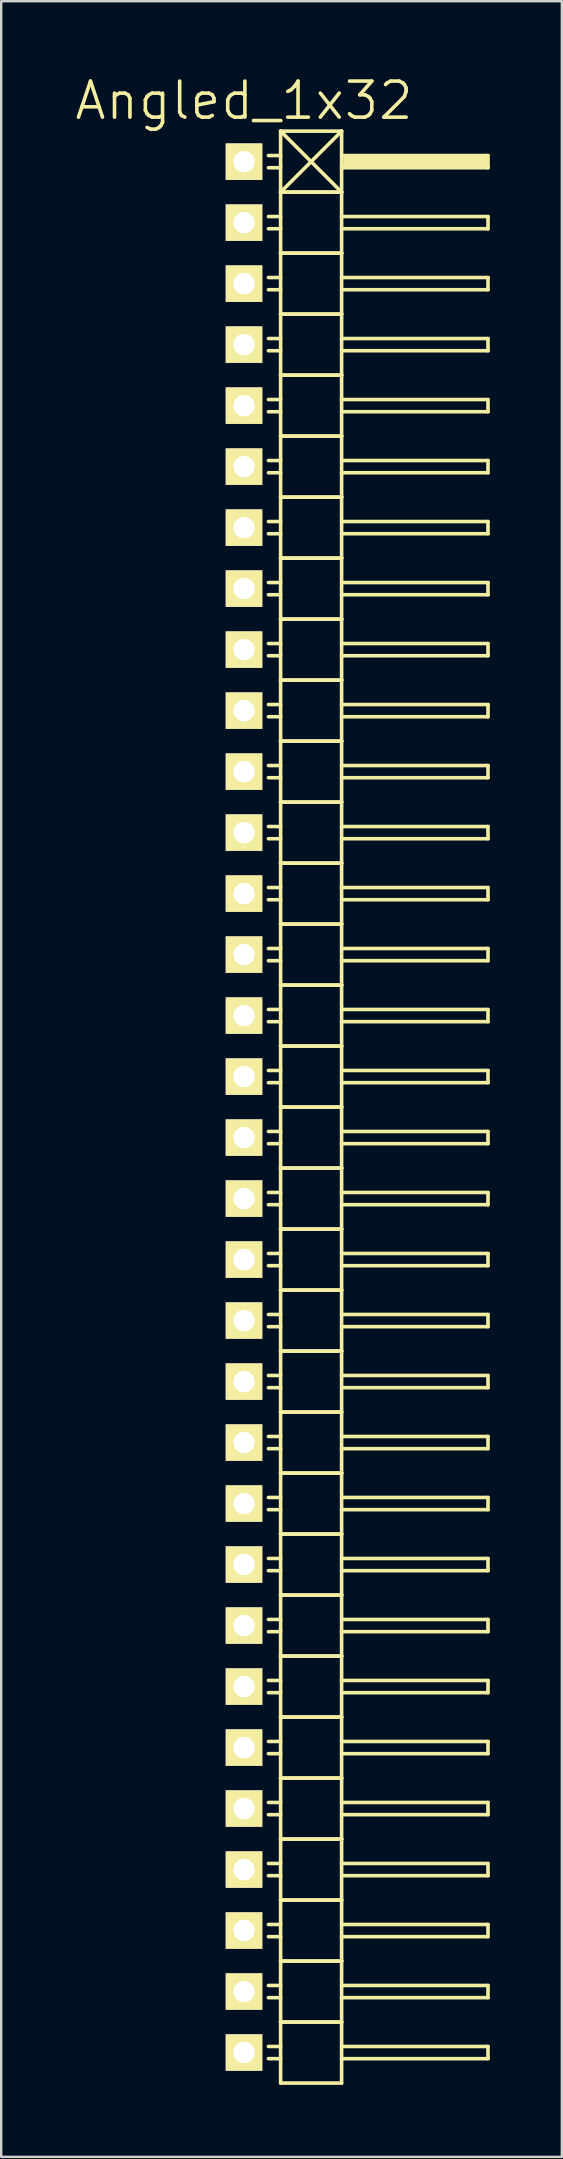
<source format=kicad_pcb>
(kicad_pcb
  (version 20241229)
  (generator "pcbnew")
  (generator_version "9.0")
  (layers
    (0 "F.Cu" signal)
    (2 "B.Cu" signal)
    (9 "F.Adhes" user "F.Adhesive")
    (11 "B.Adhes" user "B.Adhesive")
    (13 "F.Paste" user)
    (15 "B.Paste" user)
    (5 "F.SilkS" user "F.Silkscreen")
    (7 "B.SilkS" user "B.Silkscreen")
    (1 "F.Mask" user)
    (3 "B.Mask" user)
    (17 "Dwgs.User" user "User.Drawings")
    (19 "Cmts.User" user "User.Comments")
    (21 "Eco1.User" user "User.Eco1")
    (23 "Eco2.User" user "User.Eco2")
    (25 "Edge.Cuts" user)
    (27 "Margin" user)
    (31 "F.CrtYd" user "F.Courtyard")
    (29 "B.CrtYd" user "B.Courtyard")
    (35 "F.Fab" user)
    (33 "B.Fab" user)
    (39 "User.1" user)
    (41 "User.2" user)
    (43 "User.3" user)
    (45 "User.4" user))
  (footprint "Angled_1x32"
    (layer "F.Cu")
    (at 7.111 43.051)
    (property "Reference" "Angled_1x32" (at 0 -41.91 0) (layer "F.SilkS") (effects (font (size 1.5 1.5) (thickness 0.15))))
    (attr through_hole)
    (fp_line (start 1.524 -40.64) (end 1.524 -38.1) (stroke (width 0.15) (type solid)) (layer "F.SilkS"))
    (fp_line (start 1.524 -40.64) (end 4.064 -40.64) (stroke (width 0.15) (type solid)) (layer "F.SilkS"))
    (fp_line (start 1.524 -39.624) (end 1.016 -39.624) (stroke (width 0.15) (type solid)) (layer "F.SilkS"))
    (fp_line (start 1.524 -39.116) (end 1.016 -39.116) (stroke (width 0.15) (type solid)) (layer "F.SilkS"))
    (fp_line (start 1.524 -38.1) (end 1.524 -35.56) (stroke (width 0.15) (type solid)) (layer "F.SilkS"))
    (fp_line (start 1.524 -38.1) (end 4.064 -38.1) (stroke (width 0.15) (type solid)) (layer "F.SilkS"))
    (fp_line (start 1.524 -38.1) (end 4.064 -38.1) (stroke (width 0.15) (type solid)) (layer "F.SilkS"))
    (fp_line (start 1.524 -37.084) (end 1.016 -37.084) (stroke (width 0.15) (type solid)) (layer "F.SilkS"))
    (fp_line (start 1.524 -36.576) (end 1.016 -36.576) (stroke (width 0.15) (type solid)) (layer "F.SilkS"))
    (fp_line (start 1.524 -35.56) (end 1.524 -33.02) (stroke (width 0.15) (type solid)) (layer "F.SilkS"))
    (fp_line (start 1.524 -35.56) (end 4.064 -35.56) (stroke (width 0.15) (type solid)) (layer "F.SilkS"))
    (fp_line (start 1.524 -35.56) (end 4.064 -35.56) (stroke (width 0.15) (type solid)) (layer "F.SilkS"))
    (fp_line (start 1.524 -34.544) (end 1.016 -34.544) (stroke (width 0.15) (type solid)) (layer "F.SilkS"))
    (fp_line (start 1.524 -34.036) (end 1.016 -34.036) (stroke (width 0.15) (type solid)) (layer "F.SilkS"))
    (fp_line (start 1.524 -33.02) (end 1.524 -30.48) (stroke (width 0.15) (type solid)) (layer "F.SilkS"))
    (fp_line (start 1.524 -33.02) (end 4.064 -33.02) (stroke (width 0.15) (type solid)) (layer "F.SilkS"))
    (fp_line (start 1.524 -33.02) (end 4.064 -33.02) (stroke (width 0.15) (type solid)) (layer "F.SilkS"))
    (fp_line (start 1.524 -32.004) (end 1.016 -32.004) (stroke (width 0.15) (type solid)) (layer "F.SilkS"))
    (fp_line (start 1.524 -31.496) (end 1.016 -31.496) (stroke (width 0.15) (type solid)) (layer "F.SilkS"))
    (fp_line (start 1.524 -30.48) (end 1.524 -27.94) (stroke (width 0.15) (type solid)) (layer "F.SilkS"))
    (fp_line (start 1.524 -30.48) (end 4.064 -30.48) (stroke (width 0.15) (type solid)) (layer "F.SilkS"))
    (fp_line (start 1.524 -30.48) (end 4.064 -30.48) (stroke (width 0.15) (type solid)) (layer "F.SilkS"))
    (fp_line (start 1.524 -29.464) (end 1.016 -29.464) (stroke (width 0.15) (type solid)) (layer "F.SilkS"))
    (fp_line (start 1.524 -28.956) (end 1.016 -28.956) (stroke (width 0.15) (type solid)) (layer "F.SilkS"))
    (fp_line (start 1.524 -27.94) (end 1.524 -25.4) (stroke (width 0.15) (type solid)) (layer "F.SilkS"))
    (fp_line (start 1.524 -27.94) (end 4.064 -27.94) (stroke (width 0.15) (type solid)) (layer "F.SilkS"))
    (fp_line (start 1.524 -27.94) (end 4.064 -27.94) (stroke (width 0.15) (type solid)) (layer "F.SilkS"))
    (fp_line (start 1.524 -26.924) (end 1.016 -26.924) (stroke (width 0.15) (type solid)) (layer "F.SilkS"))
    (fp_line (start 1.524 -26.416) (end 1.016 -26.416) (stroke (width 0.15) (type solid)) (layer "F.SilkS"))
    (fp_line (start 1.524 -25.4) (end 1.524 -22.86) (stroke (width 0.15) (type solid)) (layer "F.SilkS"))
    (fp_line (start 1.524 -25.4) (end 4.064 -25.4) (stroke (width 0.15) (type solid)) (layer "F.SilkS"))
    (fp_line (start 1.524 -25.4) (end 4.064 -25.4) (stroke (width 0.15) (type solid)) (layer "F.SilkS"))
    (fp_line (start 1.524 -24.384) (end 1.016 -24.384) (stroke (width 0.15) (type solid)) (layer "F.SilkS"))
    (fp_line (start 1.524 -23.876) (end 1.016 -23.876) (stroke (width 0.15) (type solid)) (layer "F.SilkS"))
    (fp_line (start 1.524 -22.86) (end 1.524 -20.32) (stroke (width 0.15) (type solid)) (layer "F.SilkS"))
    (fp_line (start 1.524 -22.86) (end 4.064 -22.86) (stroke (width 0.15) (type solid)) (layer "F.SilkS"))
    (fp_line (start 1.524 -22.86) (end 4.064 -22.86) (stroke (width 0.15) (type solid)) (layer "F.SilkS"))
    (fp_line (start 1.524 -21.844) (end 1.016 -21.844) (stroke (width 0.15) (type solid)) (layer "F.SilkS"))
    (fp_line (start 1.524 -21.336) (end 1.016 -21.336) (stroke (width 0.15) (type solid)) (layer "F.SilkS"))
    (fp_line (start 1.524 -20.32) (end 1.524 -17.78) (stroke (width 0.15) (type solid)) (layer "F.SilkS"))
    (fp_line (start 1.524 -20.32) (end 4.064 -20.32) (stroke (width 0.15) (type solid)) (layer "F.SilkS"))
    (fp_line (start 1.524 -20.32) (end 4.064 -20.32) (stroke (width 0.15) (type solid)) (layer "F.SilkS"))
    (fp_line (start 1.524 -19.304) (end 1.016 -19.304) (stroke (width 0.15) (type solid)) (layer "F.SilkS"))
    (fp_line (start 1.524 -18.796) (end 1.016 -18.796) (stroke (width 0.15) (type solid)) (layer "F.SilkS"))
    (fp_line (start 1.524 -17.78) (end 1.524 -15.24) (stroke (width 0.15) (type solid)) (layer "F.SilkS"))
    (fp_line (start 1.524 -17.78) (end 4.064 -17.78) (stroke (width 0.15) (type solid)) (layer "F.SilkS"))
    (fp_line (start 1.524 -17.78) (end 4.064 -17.78) (stroke (width 0.15) (type solid)) (layer "F.SilkS"))
    (fp_line (start 1.524 -16.764) (end 1.016 -16.764) (stroke (width 0.15) (type solid)) (layer "F.SilkS"))
    (fp_line (start 1.524 -16.256) (end 1.016 -16.256) (stroke (width 0.15) (type solid)) (layer "F.SilkS"))
    (fp_line (start 1.524 -15.24) (end 1.524 -12.7) (stroke (width 0.15) (type solid)) (layer "F.SilkS"))
    (fp_line (start 1.524 -15.24) (end 4.064 -15.24) (stroke (width 0.15) (type solid)) (layer "F.SilkS"))
    (fp_line (start 1.524 -15.24) (end 4.064 -15.24) (stroke (width 0.15) (type solid)) (layer "F.SilkS"))
    (fp_line (start 1.524 -14.224) (end 1.016 -14.224) (stroke (width 0.15) (type solid)) (layer "F.SilkS"))
    (fp_line (start 1.524 -13.716) (end 1.016 -13.716) (stroke (width 0.15) (type solid)) (layer "F.SilkS"))
    (fp_line (start 1.524 -12.7) (end 1.524 -10.16) (stroke (width 0.15) (type solid)) (layer "F.SilkS"))
    (fp_line (start 1.524 -12.7) (end 4.064 -12.7) (stroke (width 0.15) (type solid)) (layer "F.SilkS"))
    (fp_line (start 1.524 -12.7) (end 4.064 -12.7) (stroke (width 0.15) (type solid)) (layer "F.SilkS"))
    (fp_line (start 1.524 -11.684) (end 1.016 -11.684) (stroke (width 0.15) (type solid)) (layer "F.SilkS"))
    (fp_line (start 1.524 -11.176) (end 1.016 -11.176) (stroke (width 0.15) (type solid)) (layer "F.SilkS"))
    (fp_line (start 1.524 -10.16) (end 1.524 -7.62) (stroke (width 0.15) (type solid)) (layer "F.SilkS"))
    (fp_line (start 1.524 -10.16) (end 4.064 -10.16) (stroke (width 0.15) (type solid)) (layer "F.SilkS"))
    (fp_line (start 1.524 -10.16) (end 4.064 -10.16) (stroke (width 0.15) (type solid)) (layer "F.SilkS"))
    (fp_line (start 1.524 -9.144) (end 1.016 -9.144) (stroke (width 0.15) (type solid)) (layer "F.SilkS"))
    (fp_line (start 1.524 -8.636) (end 1.016 -8.636) (stroke (width 0.15) (type solid)) (layer "F.SilkS"))
    (fp_line (start 1.524 -7.62) (end 1.524 -5.08) (stroke (width 0.15) (type solid)) (layer "F.SilkS"))
    (fp_line (start 1.524 -7.62) (end 4.064 -7.62) (stroke (width 0.15) (type solid)) (layer "F.SilkS"))
    (fp_line (start 1.524 -7.62) (end 4.064 -7.62) (stroke (width 0.15) (type solid)) (layer "F.SilkS"))
    (fp_line (start 1.524 -6.604) (end 1.016 -6.604) (stroke (width 0.15) (type solid)) (layer "F.SilkS"))
    (fp_line (start 1.524 -6.096) (end 1.016 -6.096) (stroke (width 0.15) (type solid)) (layer "F.SilkS"))
    (fp_line (start 1.524 -5.08) (end 1.524 -2.54) (stroke (width 0.15) (type solid)) (layer "F.SilkS"))
    (fp_line (start 1.524 -5.08) (end 4.064 -5.08) (stroke (width 0.15) (type solid)) (layer "F.SilkS"))
    (fp_line (start 1.524 -5.08) (end 4.064 -5.08) (stroke (width 0.15) (type solid)) (layer "F.SilkS"))
    (fp_line (start 1.524 -4.064) (end 1.016 -4.064) (stroke (width 0.15) (type solid)) (layer "F.SilkS"))
    (fp_line (start 1.524 -3.556) (end 1.016 -3.556) (stroke (width 0.15) (type solid)) (layer "F.SilkS"))
    (fp_line (start 1.524 -2.54) (end 1.524 0) (stroke (width 0.15) (type solid)) (layer "F.SilkS"))
    (fp_line (start 1.524 -2.54) (end 4.064 -2.54) (stroke (width 0.15) (type solid)) (layer "F.SilkS"))
    (fp_line (start 1.524 -2.54) (end 4.064 -2.54) (stroke (width 0.15) (type solid)) (layer "F.SilkS"))
    (fp_line (start 1.524 -1.524) (end 1.016 -1.524) (stroke (width 0.15) (type solid)) (layer "F.SilkS"))
    (fp_line (start 1.524 -1.016) (end 1.016 -1.016) (stroke (width 0.15) (type solid)) (layer "F.SilkS"))
    (fp_line (start 1.524 0) (end 1.524 2.54) (stroke (width 0.15) (type solid)) (layer "F.SilkS"))
    (fp_line (start 1.524 0) (end 4.064 0) (stroke (width 0.15) (type solid)) (layer "F.SilkS"))
    (fp_line (start 1.524 0) (end 4.064 0) (stroke (width 0.15) (type solid)) (layer "F.SilkS"))
    (fp_line (start 1.524 1.016) (end 1.016 1.016) (stroke (width 0.15) (type solid)) (layer "F.SilkS"))
    (fp_line (start 1.524 1.524) (end 1.016 1.524) (stroke (width 0.15) (type solid)) (layer "F.SilkS"))
    (fp_line (start 1.524 2.54) (end 1.524 5.08) (stroke (width 0.15) (type solid)) (layer "F.SilkS"))
    (fp_line (start 1.524 2.54) (end 4.064 2.54) (stroke (width 0.15) (type solid)) (layer "F.SilkS"))
    (fp_line (start 1.524 2.54) (end 4.064 2.54) (stroke (width 0.15) (type solid)) (layer "F.SilkS"))
    (fp_line (start 1.524 3.556) (end 1.016 3.556) (stroke (width 0.15) (type solid)) (layer "F.SilkS"))
    (fp_line (start 1.524 4.064) (end 1.016 4.064) (stroke (width 0.15) (type solid)) (layer "F.SilkS"))
    (fp_line (start 1.524 5.08) (end 1.524 7.62) (stroke (width 0.15) (type solid)) (layer "F.SilkS"))
    (fp_line (start 1.524 5.08) (end 4.064 5.08) (stroke (width 0.15) (type solid)) (layer "F.SilkS"))
    (fp_line (start 1.524 5.08) (end 4.064 5.08) (stroke (width 0.15) (type solid)) (layer "F.SilkS"))
    (fp_line (start 1.524 6.096) (end 1.016 6.096) (stroke (width 0.15) (type solid)) (layer "F.SilkS"))
    (fp_line (start 1.524 6.604) (end 1.016 6.604) (stroke (width 0.15) (type solid)) (layer "F.SilkS"))
    (fp_line (start 1.524 7.62) (end 1.524 10.16) (stroke (width 0.15) (type solid)) (layer "F.SilkS"))
    (fp_line (start 1.524 7.62) (end 4.064 7.62) (stroke (width 0.15) (type solid)) (layer "F.SilkS"))
    (fp_line (start 1.524 7.62) (end 4.064 7.62) (stroke (width 0.15) (type solid)) (layer "F.SilkS"))
    (fp_line (start 1.524 8.636) (end 1.016 8.636) (stroke (width 0.15) (type solid)) (layer "F.SilkS"))
    (fp_line (start 1.524 9.144) (end 1.016 9.144) (stroke (width 0.15) (type solid)) (layer "F.SilkS"))
    (fp_line (start 1.524 10.16) (end 1.524 12.7) (stroke (width 0.15) (type solid)) (layer "F.SilkS"))
    (fp_line (start 1.524 10.16) (end 4.064 10.16) (stroke (width 0.15) (type solid)) (layer "F.SilkS"))
    (fp_line (start 1.524 10.16) (end 4.064 10.16) (stroke (width 0.15) (type solid)) (layer "F.SilkS"))
    (fp_line (start 1.524 11.176) (end 1.016 11.176) (stroke (width 0.15) (type solid)) (layer "F.SilkS"))
    (fp_line (start 1.524 11.684) (end 1.016 11.684) (stroke (width 0.15) (type solid)) (layer "F.SilkS"))
    (fp_line (start 1.524 12.7) (end 1.524 15.24) (stroke (width 0.15) (type solid)) (layer "F.SilkS"))
    (fp_line (start 1.524 12.7) (end 4.064 12.7) (stroke (width 0.15) (type solid)) (layer "F.SilkS"))
    (fp_line (start 1.524 12.7) (end 4.064 12.7) (stroke (width 0.15) (type solid)) (layer "F.SilkS"))
    (fp_line (start 1.524 13.716) (end 1.016 13.716) (stroke (width 0.15) (type solid)) (layer "F.SilkS"))
    (fp_line (start 1.524 14.224) (end 1.016 14.224) (stroke (width 0.15) (type solid)) (layer "F.SilkS"))
    (fp_line (start 1.524 15.24) (end 1.524 17.78) (stroke (width 0.15) (type solid)) (layer "F.SilkS"))
    (fp_line (start 1.524 15.24) (end 4.064 15.24) (stroke (width 0.15) (type solid)) (layer "F.SilkS"))
    (fp_line (start 1.524 15.24) (end 4.064 15.24) (stroke (width 0.15) (type solid)) (layer "F.SilkS"))
    (fp_line (start 1.524 16.256) (end 1.016 16.256) (stroke (width 0.15) (type solid)) (layer "F.SilkS"))
    (fp_line (start 1.524 16.764) (end 1.016 16.764) (stroke (width 0.15) (type solid)) (layer "F.SilkS"))
    (fp_line (start 1.524 17.78) (end 1.524 20.32) (stroke (width 0.15) (type solid)) (layer "F.SilkS"))
    (fp_line (start 1.524 17.78) (end 4.064 17.78) (stroke (width 0.15) (type solid)) (layer "F.SilkS"))
    (fp_line (start 1.524 17.78) (end 4.064 17.78) (stroke (width 0.15) (type solid)) (layer "F.SilkS"))
    (fp_line (start 1.524 18.796) (end 1.016 18.796) (stroke (width 0.15) (type solid)) (layer "F.SilkS"))
    (fp_line (start 1.524 19.304) (end 1.016 19.304) (stroke (width 0.15) (type solid)) (layer "F.SilkS"))
    (fp_line (start 1.524 20.32) (end 1.524 22.86) (stroke (width 0.15) (type solid)) (layer "F.SilkS"))
    (fp_line (start 1.524 20.32) (end 4.064 20.32) (stroke (width 0.15) (type solid)) (layer "F.SilkS"))
    (fp_line (start 1.524 20.32) (end 4.064 20.32) (stroke (width 0.15) (type solid)) (layer "F.SilkS"))
    (fp_line (start 1.524 21.336) (end 1.016 21.336) (stroke (width 0.15) (type solid)) (layer "F.SilkS"))
    (fp_line (start 1.524 21.844) (end 1.016 21.844) (stroke (width 0.15) (type solid)) (layer "F.SilkS"))
    (fp_line (start 1.524 22.86) (end 1.524 25.4) (stroke (width 0.15) (type solid)) (layer "F.SilkS"))
    (fp_line (start 1.524 22.86) (end 4.064 22.86) (stroke (width 0.15) (type solid)) (layer "F.SilkS"))
    (fp_line (start 1.524 22.86) (end 4.064 22.86) (stroke (width 0.15) (type solid)) (layer "F.SilkS"))
    (fp_line (start 1.524 23.876) (end 1.016 23.876) (stroke (width 0.15) (type solid)) (layer "F.SilkS"))
    (fp_line (start 1.524 24.384) (end 1.016 24.384) (stroke (width 0.15) (type solid)) (layer "F.SilkS"))
    (fp_line (start 1.524 25.4) (end 1.524 27.94) (stroke (width 0.15) (type solid)) (layer "F.SilkS"))
    (fp_line (start 1.524 25.4) (end 4.064 25.4) (stroke (width 0.15) (type solid)) (layer "F.SilkS"))
    (fp_line (start 1.524 25.4) (end 4.064 25.4) (stroke (width 0.15) (type solid)) (layer "F.SilkS"))
    (fp_line (start 1.524 26.416) (end 1.016 26.416) (stroke (width 0.15) (type solid)) (layer "F.SilkS"))
    (fp_line (start 1.524 26.924) (end 1.016 26.924) (stroke (width 0.15) (type solid)) (layer "F.SilkS"))
    (fp_line (start 1.524 27.94) (end 1.524 30.48) (stroke (width 0.15) (type solid)) (layer "F.SilkS"))
    (fp_line (start 1.524 27.94) (end 4.064 27.94) (stroke (width 0.15) (type solid)) (layer "F.SilkS"))
    (fp_line (start 1.524 27.94) (end 4.064 27.94) (stroke (width 0.15) (type solid)) (layer "F.SilkS"))
    (fp_line (start 1.524 28.956) (end 1.016 28.956) (stroke (width 0.15) (type solid)) (layer "F.SilkS"))
    (fp_line (start 1.524 29.464) (end 1.016 29.464) (stroke (width 0.15) (type solid)) (layer "F.SilkS"))
    (fp_line (start 1.524 30.48) (end 1.524 33.02) (stroke (width 0.15) (type solid)) (layer "F.SilkS"))
    (fp_line (start 1.524 30.48) (end 4.064 30.48) (stroke (width 0.15) (type solid)) (layer "F.SilkS"))
    (fp_line (start 1.524 30.48) (end 4.064 30.48) (stroke (width 0.15) (type solid)) (layer "F.SilkS"))
    (fp_line (start 1.524 31.496) (end 1.016 31.496) (stroke (width 0.15) (type solid)) (layer "F.SilkS"))
    (fp_line (start 1.524 32.004) (end 1.016 32.004) (stroke (width 0.15) (type solid)) (layer "F.SilkS"))
    (fp_line (start 1.524 33.02) (end 1.524 35.56) (stroke (width 0.15) (type solid)) (layer "F.SilkS"))
    (fp_line (start 1.524 33.02) (end 4.064 33.02) (stroke (width 0.15) (type solid)) (layer "F.SilkS"))
    (fp_line (start 1.524 33.02) (end 4.064 33.02) (stroke (width 0.15) (type solid)) (layer "F.SilkS"))
    (fp_line (start 1.524 34.036) (end 1.016 34.036) (stroke (width 0.15) (type solid)) (layer "F.SilkS"))
    (fp_line (start 1.524 34.544) (end 1.016 34.544) (stroke (width 0.15) (type solid)) (layer "F.SilkS"))
    (fp_line (start 1.524 35.56) (end 1.524 38.1) (stroke (width 0.15) (type solid)) (layer "F.SilkS"))
    (fp_line (start 1.524 35.56) (end 4.064 35.56) (stroke (width 0.15) (type solid)) (layer "F.SilkS"))
    (fp_line (start 1.524 35.56) (end 4.064 35.56) (stroke (width 0.15) (type solid)) (layer "F.SilkS"))
    (fp_line (start 1.524 36.576) (end 1.016 36.576) (stroke (width 0.15) (type solid)) (layer "F.SilkS"))
    (fp_line (start 1.524 37.084) (end 1.016 37.084) (stroke (width 0.15) (type solid)) (layer "F.SilkS"))
    (fp_line (start 1.524 38.1) (end 1.524 40.64) (stroke (width 0.15) (type solid)) (layer "F.SilkS"))
    (fp_line (start 1.524 38.1) (end 4.064 38.1) (stroke (width 0.15) (type solid)) (layer "F.SilkS"))
    (fp_line (start 1.524 38.1) (end 4.064 38.1) (stroke (width 0.15) (type solid)) (layer "F.SilkS"))
    (fp_line (start 1.524 39.116) (end 1.016 39.116) (stroke (width 0.15) (type solid)) (layer "F.SilkS"))
    (fp_line (start 1.524 39.624) (end 1.016 39.624) (stroke (width 0.15) (type solid)) (layer "F.SilkS"))
    (fp_line (start 1.524 40.64) (end 4.064 40.64) (stroke (width 0.15) (type solid)) (layer "F.SilkS"))
    (fp_line (start 4.064 -40.64) (end 1.524 -38.1) (stroke (width 0.15) (type solid)) (layer "F.SilkS"))
    (fp_line (start 4.064 -39.624) (end 10.16 -39.624) (stroke (width 0.15) (type solid)) (layer "F.SilkS"))
    (fp_line (start 4.064 -38.1) (end 1.524 -40.64) (stroke (width 0.15) (type solid)) (layer "F.SilkS"))
    (fp_line (start 4.064 -38.1) (end 4.064 -40.64) (stroke (width 0.15) (type solid)) (layer "F.SilkS"))
    (fp_line (start 4.064 -37.084) (end 10.16 -37.084) (stroke (width 0.15) (type solid)) (layer "F.SilkS"))
    (fp_line (start 4.064 -35.56) (end 4.064 -38.1) (stroke (width 0.15) (type solid)) (layer "F.SilkS"))
    (fp_line (start 4.064 -34.544) (end 10.16 -34.544) (stroke (width 0.15) (type solid)) (layer "F.SilkS"))
    (fp_line (start 4.064 -33.02) (end 4.064 -35.56) (stroke (width 0.15) (type solid)) (layer "F.SilkS"))
    (fp_line (start 4.064 -32.004) (end 10.16 -32.004) (stroke (width 0.15) (type solid)) (layer "F.SilkS"))
    (fp_line (start 4.064 -30.48) (end 4.064 -33.02) (stroke (width 0.15) (type solid)) (layer "F.SilkS"))
    (fp_line (start 4.064 -29.464) (end 10.16 -29.464) (stroke (width 0.15) (type solid)) (layer "F.SilkS"))
    (fp_line (start 4.064 -27.94) (end 4.064 -30.48) (stroke (width 0.15) (type solid)) (layer "F.SilkS"))
    (fp_line (start 4.064 -26.924) (end 10.16 -26.924) (stroke (width 0.15) (type solid)) (layer "F.SilkS"))
    (fp_line (start 4.064 -25.4) (end 4.064 -27.94) (stroke (width 0.15) (type solid)) (layer "F.SilkS"))
    (fp_line (start 4.064 -24.384) (end 10.16 -24.384) (stroke (width 0.15) (type solid)) (layer "F.SilkS"))
    (fp_line (start 4.064 -22.86) (end 4.064 -25.4) (stroke (width 0.15) (type solid)) (layer "F.SilkS"))
    (fp_line (start 4.064 -21.844) (end 10.16 -21.844) (stroke (width 0.15) (type solid)) (layer "F.SilkS"))
    (fp_line (start 4.064 -20.32) (end 4.064 -22.86) (stroke (width 0.15) (type solid)) (layer "F.SilkS"))
    (fp_line (start 4.064 -19.304) (end 10.16 -19.304) (stroke (width 0.15) (type solid)) (layer "F.SilkS"))
    (fp_line (start 4.064 -17.78) (end 4.064 -20.32) (stroke (width 0.15) (type solid)) (layer "F.SilkS"))
    (fp_line (start 4.064 -16.764) (end 10.16 -16.764) (stroke (width 0.15) (type solid)) (layer "F.SilkS"))
    (fp_line (start 4.064 -15.24) (end 4.064 -17.78) (stroke (width 0.15) (type solid)) (layer "F.SilkS"))
    (fp_line (start 4.064 -14.224) (end 10.16 -14.224) (stroke (width 0.15) (type solid)) (layer "F.SilkS"))
    (fp_line (start 4.064 -12.7) (end 4.064 -15.24) (stroke (width 0.15) (type solid)) (layer "F.SilkS"))
    (fp_line (start 4.064 -11.684) (end 10.16 -11.684) (stroke (width 0.15) (type solid)) (layer "F.SilkS"))
    (fp_line (start 4.064 -10.16) (end 4.064 -12.7) (stroke (width 0.15) (type solid)) (layer "F.SilkS"))
    (fp_line (start 4.064 -9.144) (end 10.16 -9.144) (stroke (width 0.15) (type solid)) (layer "F.SilkS"))
    (fp_line (start 4.064 -7.62) (end 4.064 -10.16) (stroke (width 0.15) (type solid)) (layer "F.SilkS"))
    (fp_line (start 4.064 -6.604) (end 10.16 -6.604) (stroke (width 0.15) (type solid)) (layer "F.SilkS"))
    (fp_line (start 4.064 -5.08) (end 4.064 -7.62) (stroke (width 0.15) (type solid)) (layer "F.SilkS"))
    (fp_line (start 4.064 -4.064) (end 10.16 -4.064) (stroke (width 0.15) (type solid)) (layer "F.SilkS"))
    (fp_line (start 4.064 -2.54) (end 4.064 -5.08) (stroke (width 0.15) (type solid)) (layer "F.SilkS"))
    (fp_line (start 4.064 -1.524) (end 10.16 -1.524) (stroke (width 0.15) (type solid)) (layer "F.SilkS"))
    (fp_line (start 4.064 0) (end 4.064 -2.54) (stroke (width 0.15) (type solid)) (layer "F.SilkS"))
    (fp_line (start 4.064 1.016) (end 10.16 1.016) (stroke (width 0.15) (type solid)) (layer "F.SilkS"))
    (fp_line (start 4.064 2.54) (end 4.064 0) (stroke (width 0.15) (type solid)) (layer "F.SilkS"))
    (fp_line (start 4.064 3.556) (end 10.16 3.556) (stroke (width 0.15) (type solid)) (layer "F.SilkS"))
    (fp_line (start 4.064 5.08) (end 4.064 2.54) (stroke (width 0.15) (type solid)) (layer "F.SilkS"))
    (fp_line (start 4.064 6.096) (end 10.16 6.096) (stroke (width 0.15) (type solid)) (layer "F.SilkS"))
    (fp_line (start 4.064 7.62) (end 4.064 5.08) (stroke (width 0.15) (type solid)) (layer "F.SilkS"))
    (fp_line (start 4.064 8.636) (end 10.16 8.636) (stroke (width 0.15) (type solid)) (layer "F.SilkS"))
    (fp_line (start 4.064 10.16) (end 4.064 7.62) (stroke (width 0.15) (type solid)) (layer "F.SilkS"))
    (fp_line (start 4.064 11.176) (end 10.16 11.176) (stroke (width 0.15) (type solid)) (layer "F.SilkS"))
    (fp_line (start 4.064 12.7) (end 4.064 10.16) (stroke (width 0.15) (type solid)) (layer "F.SilkS"))
    (fp_line (start 4.064 13.716) (end 10.16 13.716) (stroke (width 0.15) (type solid)) (layer "F.SilkS"))
    (fp_line (start 4.064 15.24) (end 4.064 12.7) (stroke (width 0.15) (type solid)) (layer "F.SilkS"))
    (fp_line (start 4.064 16.256) (end 10.16 16.256) (stroke (width 0.15) (type solid)) (layer "F.SilkS"))
    (fp_line (start 4.064 17.78) (end 4.064 15.24) (stroke (width 0.15) (type solid)) (layer "F.SilkS"))
    (fp_line (start 4.064 18.796) (end 10.16 18.796) (stroke (width 0.15) (type solid)) (layer "F.SilkS"))
    (fp_line (start 4.064 20.32) (end 4.064 17.78) (stroke (width 0.15) (type solid)) (layer "F.SilkS"))
    (fp_line (start 4.064 21.336) (end 10.16 21.336) (stroke (width 0.15) (type solid)) (layer "F.SilkS"))
    (fp_line (start 4.064 22.86) (end 4.064 20.32) (stroke (width 0.15) (type solid)) (layer "F.SilkS"))
    (fp_line (start 4.064 23.876) (end 10.16 23.876) (stroke (width 0.15) (type solid)) (layer "F.SilkS"))
    (fp_line (start 4.064 25.4) (end 4.064 22.86) (stroke (width 0.15) (type solid)) (layer "F.SilkS"))
    (fp_line (start 4.064 26.416) (end 10.16 26.416) (stroke (width 0.15) (type solid)) (layer "F.SilkS"))
    (fp_line (start 4.064 27.94) (end 4.064 25.4) (stroke (width 0.15) (type solid)) (layer "F.SilkS"))
    (fp_line (start 4.064 28.956) (end 10.16 28.956) (stroke (width 0.15) (type solid)) (layer "F.SilkS"))
    (fp_line (start 4.064 30.48) (end 4.064 27.94) (stroke (width 0.15) (type solid)) (layer "F.SilkS"))
    (fp_line (start 4.064 31.496) (end 10.16 31.496) (stroke (width 0.15) (type solid)) (layer "F.SilkS"))
    (fp_line (start 4.064 33.02) (end 4.064 30.48) (stroke (width 0.15) (type solid)) (layer "F.SilkS"))
    (fp_line (start 4.064 34.036) (end 10.16 34.036) (stroke (width 0.15) (type solid)) (layer "F.SilkS"))
    (fp_line (start 4.064 35.56) (end 4.064 33.02) (stroke (width 0.15) (type solid)) (layer "F.SilkS"))
    (fp_line (start 4.064 36.576) (end 10.16 36.576) (stroke (width 0.15) (type solid)) (layer "F.SilkS"))
    (fp_line (start 4.064 38.1) (end 4.064 35.56) (stroke (width 0.15) (type solid)) (layer "F.SilkS"))
    (fp_line (start 4.064 39.116) (end 10.16 39.116) (stroke (width 0.15) (type solid)) (layer "F.SilkS"))
    (fp_line (start 4.064 40.64) (end 4.064 38.1) (stroke (width 0.15) (type solid)) (layer "F.SilkS"))
    (fp_line (start 4.191 -39.497) (end 10.033 -39.497) (stroke (width 0.15) (type solid)) (layer "F.SilkS"))
    (fp_line (start 4.191 -39.37) (end 10.033 -39.37) (stroke (width 0.15) (type solid)) (layer "F.SilkS"))
    (fp_line (start 10.033 -39.497) (end 10.033 -39.243) (stroke (width 0.15) (type solid)) (layer "F.SilkS"))
    (fp_line (start 10.033 -39.243) (end 4.191 -39.243) (stroke (width 0.15) (type solid)) (layer "F.SilkS"))
    (fp_line (start 10.16 -39.624) (end 10.16 -39.116) (stroke (width 0.15) (type solid)) (layer "F.SilkS"))
    (fp_line (start 10.16 -39.116) (end 4.064 -39.116) (stroke (width 0.15) (type solid)) (layer "F.SilkS"))
    (fp_line (start 10.16 -37.084) (end 10.16 -36.576) (stroke (width 0.15) (type solid)) (layer "F.SilkS"))
    (fp_line (start 10.16 -36.576) (end 4.064 -36.576) (stroke (width 0.15) (type solid)) (layer "F.SilkS"))
    (fp_line (start 10.16 -34.544) (end 10.16 -34.036) (stroke (width 0.15) (type solid)) (layer "F.SilkS"))
    (fp_line (start 10.16 -34.036) (end 4.064 -34.036) (stroke (width 0.15) (type solid)) (layer "F.SilkS"))
    (fp_line (start 10.16 -32.004) (end 10.16 -31.496) (stroke (width 0.15) (type solid)) (layer "F.SilkS"))
    (fp_line (start 10.16 -31.496) (end 4.064 -31.496) (stroke (width 0.15) (type solid)) (layer "F.SilkS"))
    (fp_line (start 10.16 -29.464) (end 10.16 -28.956) (stroke (width 0.15) (type solid)) (layer "F.SilkS"))
    (fp_line (start 10.16 -28.956) (end 4.064 -28.956) (stroke (width 0.15) (type solid)) (layer "F.SilkS"))
    (fp_line (start 10.16 -26.924) (end 10.16 -26.416) (stroke (width 0.15) (type solid)) (layer "F.SilkS"))
    (fp_line (start 10.16 -26.416) (end 4.064 -26.416) (stroke (width 0.15) (type solid)) (layer "F.SilkS"))
    (fp_line (start 10.16 -24.384) (end 10.16 -23.876) (stroke (width 0.15) (type solid)) (layer "F.SilkS"))
    (fp_line (start 10.16 -23.876) (end 4.064 -23.876) (stroke (width 0.15) (type solid)) (layer "F.SilkS"))
    (fp_line (start 10.16 -21.844) (end 10.16 -21.336) (stroke (width 0.15) (type solid)) (layer "F.SilkS"))
    (fp_line (start 10.16 -21.336) (end 4.064 -21.336) (stroke (width 0.15) (type solid)) (layer "F.SilkS"))
    (fp_line (start 10.16 -19.304) (end 10.16 -18.796) (stroke (width 0.15) (type solid)) (layer "F.SilkS"))
    (fp_line (start 10.16 -18.796) (end 4.064 -18.796) (stroke (width 0.15) (type solid)) (layer "F.SilkS"))
    (fp_line (start 10.16 -16.764) (end 10.16 -16.256) (stroke (width 0.15) (type solid)) (layer "F.SilkS"))
    (fp_line (start 10.16 -16.256) (end 4.064 -16.256) (stroke (width 0.15) (type solid)) (layer "F.SilkS"))
    (fp_line (start 10.16 -14.224) (end 10.16 -13.716) (stroke (width 0.15) (type solid)) (layer "F.SilkS"))
    (fp_line (start 10.16 -13.716) (end 4.064 -13.716) (stroke (width 0.15) (type solid)) (layer "F.SilkS"))
    (fp_line (start 10.16 -11.684) (end 10.16 -11.176) (stroke (width 0.15) (type solid)) (layer "F.SilkS"))
    (fp_line (start 10.16 -11.176) (end 4.064 -11.176) (stroke (width 0.15) (type solid)) (layer "F.SilkS"))
    (fp_line (start 10.16 -9.144) (end 10.16 -8.636) (stroke (width 0.15) (type solid)) (layer "F.SilkS"))
    (fp_line (start 10.16 -8.636) (end 4.064 -8.636) (stroke (width 0.15) (type solid)) (layer "F.SilkS"))
    (fp_line (start 10.16 -6.604) (end 10.16 -6.096) (stroke (width 0.15) (type solid)) (layer "F.SilkS"))
    (fp_line (start 10.16 -6.096) (end 4.064 -6.096) (stroke (width 0.15) (type solid)) (layer "F.SilkS"))
    (fp_line (start 10.16 -4.064) (end 10.16 -3.556) (stroke (width 0.15) (type solid)) (layer "F.SilkS"))
    (fp_line (start 10.16 -3.556) (end 4.064 -3.556) (stroke (width 0.15) (type solid)) (layer "F.SilkS"))
    (fp_line (start 10.16 -1.524) (end 10.16 -1.016) (stroke (width 0.15) (type solid)) (layer "F.SilkS"))
    (fp_line (start 10.16 -1.016) (end 4.064 -1.016) (stroke (width 0.15) (type solid)) (layer "F.SilkS"))
    (fp_line (start 10.16 1.016) (end 10.16 1.524) (stroke (width 0.15) (type solid)) (layer "F.SilkS"))
    (fp_line (start 10.16 1.524) (end 4.064 1.524) (stroke (width 0.15) (type solid)) (layer "F.SilkS"))
    (fp_line (start 10.16 3.556) (end 10.16 4.064) (stroke (width 0.15) (type solid)) (layer "F.SilkS"))
    (fp_line (start 10.16 4.064) (end 4.064 4.064) (stroke (width 0.15) (type solid)) (layer "F.SilkS"))
    (fp_line (start 10.16 6.096) (end 10.16 6.604) (stroke (width 0.15) (type solid)) (layer "F.SilkS"))
    (fp_line (start 10.16 6.604) (end 4.064 6.604) (stroke (width 0.15) (type solid)) (layer "F.SilkS"))
    (fp_line (start 10.16 8.636) (end 10.16 9.144) (stroke (width 0.15) (type solid)) (layer "F.SilkS"))
    (fp_line (start 10.16 9.144) (end 4.064 9.144) (stroke (width 0.15) (type solid)) (layer "F.SilkS"))
    (fp_line (start 10.16 11.176) (end 10.16 11.684) (stroke (width 0.15) (type solid)) (layer "F.SilkS"))
    (fp_line (start 10.16 11.684) (end 4.064 11.684) (stroke (width 0.15) (type solid)) (layer "F.SilkS"))
    (fp_line (start 10.16 13.716) (end 10.16 14.224) (stroke (width 0.15) (type solid)) (layer "F.SilkS"))
    (fp_line (start 10.16 14.224) (end 4.064 14.224) (stroke (width 0.15) (type solid)) (layer "F.SilkS"))
    (fp_line (start 10.16 16.256) (end 10.16 16.764) (stroke (width 0.15) (type solid)) (layer "F.SilkS"))
    (fp_line (start 10.16 16.764) (end 4.064 16.764) (stroke (width 0.15) (type solid)) (layer "F.SilkS"))
    (fp_line (start 10.16 18.796) (end 10.16 19.304) (stroke (width 0.15) (type solid)) (layer "F.SilkS"))
    (fp_line (start 10.16 19.304) (end 4.064 19.304) (stroke (width 0.15) (type solid)) (layer "F.SilkS"))
    (fp_line (start 10.16 21.336) (end 10.16 21.844) (stroke (width 0.15) (type solid)) (layer "F.SilkS"))
    (fp_line (start 10.16 21.844) (end 4.064 21.844) (stroke (width 0.15) (type solid)) (layer "F.SilkS"))
    (fp_line (start 10.16 23.876) (end 10.16 24.384) (stroke (width 0.15) (type solid)) (layer "F.SilkS"))
    (fp_line (start 10.16 24.384) (end 4.064 24.384) (stroke (width 0.15) (type solid)) (layer "F.SilkS"))
    (fp_line (start 10.16 26.416) (end 10.16 26.924) (stroke (width 0.15) (type solid)) (layer "F.SilkS"))
    (fp_line (start 10.16 26.924) (end 4.064 26.924) (stroke (width 0.15) (type solid)) (layer "F.SilkS"))
    (fp_line (start 10.16 28.956) (end 10.16 29.464) (stroke (width 0.15) (type solid)) (layer "F.SilkS"))
    (fp_line (start 10.16 29.464) (end 4.064 29.464) (stroke (width 0.15) (type solid)) (layer "F.SilkS"))
    (fp_line (start 10.16 31.496) (end 10.16 32.004) (stroke (width 0.15) (type solid)) (layer "F.SilkS"))
    (fp_line (start 10.16 32.004) (end 4.064 32.004) (stroke (width 0.15) (type solid)) (layer "F.SilkS"))
    (fp_line (start 10.16 34.036) (end 10.16 34.544) (stroke (width 0.15) (type solid)) (layer "F.SilkS"))
    (fp_line (start 10.16 34.544) (end 4.064 34.544) (stroke (width 0.15) (type solid)) (layer "F.SilkS"))
    (fp_line (start 10.16 36.576) (end 10.16 37.084) (stroke (width 0.15) (type solid)) (layer "F.SilkS"))
    (fp_line (start 10.16 37.084) (end 4.064 37.084) (stroke (width 0.15) (type solid)) (layer "F.SilkS"))
    (fp_line (start 10.16 39.116) (end 10.16 39.624) (stroke (width 0.15) (type solid)) (layer "F.SilkS"))
    (fp_line (start 10.16 39.624) (end 4.064 39.624) (stroke (width 0.15) (type solid)) (layer "F.SilkS"))
    (pad "1" thru_hole rect (at 0 -39.37) (size 1.524 1.524) (drill 0.889) (layers "*.Cu" "*.Mask" "F.SilkS"))
    (pad "2" thru_hole rect (at 0 -36.83) (size 1.524 1.524) (drill 0.889) (layers "*.Cu" "*.Mask" "F.SilkS"))
    (pad "3" thru_hole rect (at 0 -34.29) (size 1.524 1.524) (drill 0.889) (layers "*.Cu" "*.Mask" "F.SilkS"))
    (pad "4" thru_hole rect (at 0 -31.75) (size 1.524 1.524) (drill 0.889) (layers "*.Cu" "*.Mask" "F.SilkS"))
    (pad "5" thru_hole rect (at 0 -29.21) (size 1.524 1.524) (drill 0.889) (layers "*.Cu" "*.Mask" "F.SilkS"))
    (pad "6" thru_hole rect (at 0 -26.67) (size 1.524 1.524) (drill 0.889) (layers "*.Cu" "*.Mask" "F.SilkS"))
    (pad "7" thru_hole rect (at 0 -24.13) (size 1.524 1.524) (drill 0.889) (layers "*.Cu" "*.Mask" "F.SilkS"))
    (pad "8" thru_hole rect (at 0 -21.59) (size 1.524 1.524) (drill 0.889) (layers "*.Cu" "*.Mask" "F.SilkS"))
    (pad "9" thru_hole rect (at 0 -19.05) (size 1.524 1.524) (drill 0.889) (layers "*.Cu" "*.Mask" "F.SilkS"))
    (pad "10" thru_hole rect (at 0 -16.51) (size 1.524 1.524) (drill 0.889) (layers "*.Cu" "*.Mask" "F.SilkS"))
    (pad "11" thru_hole rect (at 0 -13.97) (size 1.524 1.524) (drill 0.889) (layers "*.Cu" "*.Mask" "F.SilkS"))
    (pad "12" thru_hole rect (at 0 -11.43) (size 1.524 1.524) (drill 0.889) (layers "*.Cu" "*.Mask" "F.SilkS"))
    (pad "13" thru_hole rect (at 0 -8.89) (size 1.524 1.524) (drill 0.889) (layers "*.Cu" "*.Mask" "F.SilkS"))
    (pad "14" thru_hole rect (at 0 -6.35) (size 1.524 1.524) (drill 0.889) (layers "*.Cu" "*.Mask" "F.SilkS"))
    (pad "15" thru_hole rect (at 0 -3.81) (size 1.524 1.524) (drill 0.889) (layers "*.Cu" "*.Mask" "F.SilkS"))
    (pad "16" thru_hole rect (at 0 -1.27) (size 1.524 1.524) (drill 0.889) (layers "*.Cu" "*.Mask" "F.SilkS"))
    (pad "17" thru_hole rect (at 0 1.27) (size 1.524 1.524) (drill 0.889) (layers "*.Cu" "*.Mask" "F.SilkS"))
    (pad "18" thru_hole rect (at 0 3.81) (size 1.524 1.524) (drill 0.889) (layers "*.Cu" "*.Mask" "F.SilkS"))
    (pad "19" thru_hole rect (at 0 6.35) (size 1.524 1.524) (drill 0.889) (layers "*.Cu" "*.Mask" "F.SilkS"))
    (pad "20" thru_hole rect (at 0 8.89) (size 1.524 1.524) (drill 0.889) (layers "*.Cu" "*.Mask" "F.SilkS"))
    (pad "21" thru_hole rect (at 0 11.43) (size 1.524 1.524) (drill 0.889) (layers "*.Cu" "*.Mask" "F.SilkS"))
    (pad "22" thru_hole rect (at 0 13.97) (size 1.524 1.524) (drill 0.889) (layers "*.Cu" "*.Mask" "F.SilkS"))
    (pad "23" thru_hole rect (at 0 16.51) (size 1.524 1.524) (drill 0.889) (layers "*.Cu" "*.Mask" "F.SilkS"))
    (pad "24" thru_hole rect (at 0 19.05) (size 1.524 1.524) (drill 0.889) (layers "*.Cu" "*.Mask" "F.SilkS"))
    (pad "25" thru_hole rect (at 0 21.59) (size 1.524 1.524) (drill 0.889) (layers "*.Cu" "*.Mask" "F.SilkS"))
    (pad "26" thru_hole rect (at 0 24.13) (size 1.524 1.524) (drill 0.889) (layers "*.Cu" "*.Mask" "F.SilkS"))
    (pad "27" thru_hole rect (at 0 26.67) (size 1.524 1.524) (drill 0.889) (layers "*.Cu" "*.Mask" "F.SilkS"))
    (pad "28" thru_hole rect (at 0 29.21) (size 1.524 1.524) (drill 0.889) (layers "*.Cu" "*.Mask" "F.SilkS"))
    (pad "29" thru_hole rect (at 0 31.75) (size 1.524 1.524) (drill 0.889) (layers "*.Cu" "*.Mask" "F.SilkS"))
    (pad "30" thru_hole rect (at 0 34.29) (size 1.524 1.524) (drill 0.889) (layers "*.Cu" "*.Mask" "F.SilkS"))
    (pad "31" thru_hole rect (at 0 36.83) (size 1.524 1.524) (drill 0.889) (layers "*.Cu" "*.Mask" "F.SilkS"))
    (pad "32" thru_hole rect (at 0 39.37) (size 1.524 1.524) (drill 0.889) (layers "*.Cu" "*.Mask" "F.SilkS")))
  (gr_rect
    (start -3 -3)
    (end 20.346 86.766)
    (stroke (width 0.1) (type default))
    (fill no)
    (layer "Edge.Cuts")))
</source>
